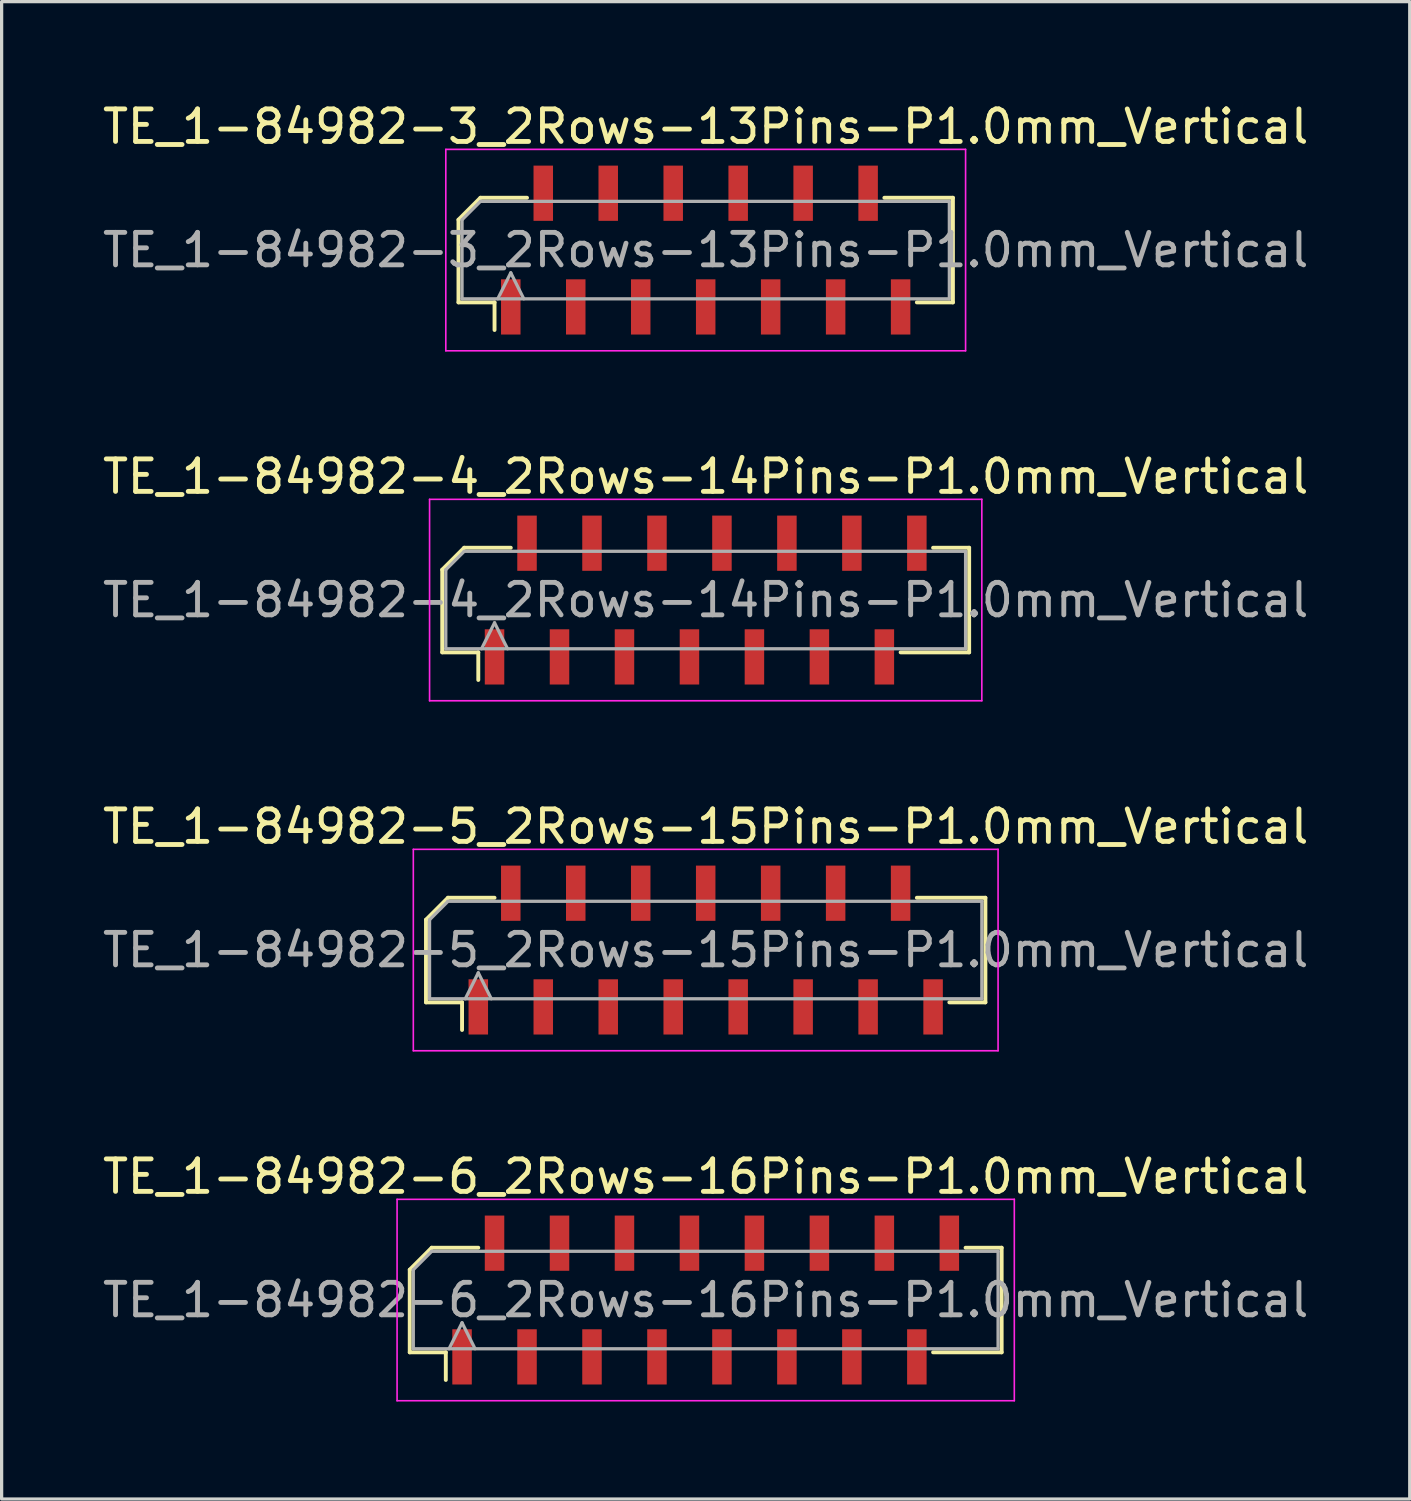
<source format=kicad_pcb>
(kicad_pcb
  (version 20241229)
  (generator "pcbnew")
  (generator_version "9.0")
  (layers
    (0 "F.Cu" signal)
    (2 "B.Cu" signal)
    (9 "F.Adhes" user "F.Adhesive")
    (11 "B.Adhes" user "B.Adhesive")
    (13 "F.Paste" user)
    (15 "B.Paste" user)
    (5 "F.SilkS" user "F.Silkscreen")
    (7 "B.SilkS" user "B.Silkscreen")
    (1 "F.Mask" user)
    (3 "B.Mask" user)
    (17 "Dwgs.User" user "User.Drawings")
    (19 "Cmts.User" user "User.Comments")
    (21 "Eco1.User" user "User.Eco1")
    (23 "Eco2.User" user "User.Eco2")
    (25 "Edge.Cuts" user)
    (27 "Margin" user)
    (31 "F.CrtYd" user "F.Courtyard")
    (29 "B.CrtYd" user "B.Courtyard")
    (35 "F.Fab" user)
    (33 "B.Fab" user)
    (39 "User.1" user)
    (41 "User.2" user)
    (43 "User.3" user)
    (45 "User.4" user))
  (footprint "TE_1-84982-5_2Rows-15Pins-P1.0mm_Vertical"
    (layer "F.Cu")
    (at 18.673 26.195)
    (property "Reference" "TE_1-84982-5_2Rows-15Pins-P1.0mm_Vertical" (at 0 -3.8 0) (layer "F.SilkS") (effects (font (size 1 1) (thickness 0.15))))
    (attr smd)
    (fp_line (start -8.61 -0.934) (end -8.61 1.61) (stroke (width 0.12) (type solid)) (layer "F.SilkS"))
    (fp_line (start -8.61 1.61) (end -7.5 1.61) (stroke (width 0.12) (type solid)) (layer "F.SilkS"))
    (fp_line (start -7.934 -1.61) (end -8.61 -0.934) (stroke (width 0.12) (type solid)) (layer "F.SilkS"))
    (fp_line (start -7.5 1.61) (end -7.5 2.46) (stroke (width 0.12) (type solid)) (layer "F.SilkS"))
    (fp_line (start -6.5 -1.61) (end -7.934 -1.61) (stroke (width 0.12) (type solid)) (layer "F.SilkS"))
    (fp_line (start 7.5 1.61) (end 8.61 1.61) (stroke (width 0.12) (type solid)) (layer "F.SilkS"))
    (fp_line (start 8.61 -1.61) (end 6.5 -1.61) (stroke (width 0.12) (type solid)) (layer "F.SilkS"))
    (fp_line (start 8.61 1.61) (end 8.61 -1.61) (stroke (width 0.12) (type solid)) (layer "F.SilkS"))
    (fp_line (start -9 -3.1) (end 9 -3.1) (stroke (width 0.05) (type solid)) (layer "F.CrtYd"))
    (fp_line (start -9 3.1) (end -9 -3.1) (stroke (width 0.05) (type solid)) (layer "F.CrtYd"))
    (fp_line (start 9 -3.1) (end 9 3.1) (stroke (width 0.05) (type solid)) (layer "F.CrtYd"))
    (fp_line (start 9 3.1) (end -9 3.1) (stroke (width 0.05) (type solid)) (layer "F.CrtYd"))
    (fp_line (start -8.5 -0.934) (end -8.5 1.5) (stroke (width 0.1) (type solid)) (layer "F.Fab"))
    (fp_line (start -8.5 1.5) (end 8.5 1.5) (stroke (width 0.1) (type solid)) (layer "F.Fab"))
    (fp_line (start -7.934 -1.5) (end -8.5 -0.934) (stroke (width 0.1) (type solid)) (layer "F.Fab"))
    (fp_line (start -7.4 1.5) (end -7 0.7) (stroke (width 0.1) (type solid)) (layer "F.Fab"))
    (fp_line (start -7 0.7) (end -6.6 1.5) (stroke (width 0.1) (type solid)) (layer "F.Fab"))
    (fp_line (start 8.5 -1.5) (end -7.934 -1.5) (stroke (width 0.1) (type solid)) (layer "F.Fab"))
    (fp_line (start 8.5 1.5) (end 8.5 -1.5) (stroke (width 0.1) (type solid)) (layer "F.Fab"))
    (fp_text user "${REFERENCE}" (at 0 0 0) (layer "F.Fab") (effects (font (size 1 1) (thickness 0.15))))
    (pad "1" smd rect (at -7 1.75) (size 0.6 1.7) (layers "F.Cu" "F.Mask" "F.Paste"))
    (pad "2" smd rect (at -6 -1.75) (size 0.6 1.7) (layers "F.Cu" "F.Mask" "F.Paste"))
    (pad "3" smd rect (at -5 1.75) (size 0.6 1.7) (layers "F.Cu" "F.Mask" "F.Paste"))
    (pad "4" smd rect (at -4 -1.75) (size 0.6 1.7) (layers "F.Cu" "F.Mask" "F.Paste"))
    (pad "5" smd rect (at -3 1.75) (size 0.6 1.7) (layers "F.Cu" "F.Mask" "F.Paste"))
    (pad "6" smd rect (at -2 -1.75) (size 0.6 1.7) (layers "F.Cu" "F.Mask" "F.Paste"))
    (pad "7" smd rect (at -1 1.75) (size 0.6 1.7) (layers "F.Cu" "F.Mask" "F.Paste"))
    (pad "8" smd rect (at 0 -1.75) (size 0.6 1.7) (layers "F.Cu" "F.Mask" "F.Paste"))
    (pad "9" smd rect (at 1 1.75) (size 0.6 1.7) (layers "F.Cu" "F.Mask" "F.Paste"))
    (pad "10" smd rect (at 2 -1.75) (size 0.6 1.7) (layers "F.Cu" "F.Mask" "F.Paste"))
    (pad "11" smd rect (at 3 1.75) (size 0.6 1.7) (layers "F.Cu" "F.Mask" "F.Paste"))
    (pad "12" smd rect (at 4 -1.75) (size 0.6 1.7) (layers "F.Cu" "F.Mask" "F.Paste"))
    (pad "13" smd rect (at 5 1.75) (size 0.6 1.7) (layers "F.Cu" "F.Mask" "F.Paste"))
    (pad "14" smd rect (at 6 -1.75) (size 0.6 1.7) (layers "F.Cu" "F.Mask" "F.Paste"))
    (pad "15" smd rect (at 7 1.75) (size 0.6 1.7) (layers "F.Cu" "F.Mask" "F.Paste")))
  (footprint "TE_1-84982-6_2Rows-16Pins-P1.0mm_Vertical"
    (layer "F.Cu")
    (at 18.673 36.968)
    (property "Reference" "TE_1-84982-6_2Rows-16Pins-P1.0mm_Vertical" (at 0 -3.8 0) (layer "F.SilkS") (effects (font (size 1 1) (thickness 0.15))))
    (attr smd)
    (fp_line (start -9.11 -0.934) (end -9.11 1.61) (stroke (width 0.12) (type solid)) (layer "F.SilkS"))
    (fp_line (start -9.11 1.61) (end -8 1.61) (stroke (width 0.12) (type solid)) (layer "F.SilkS"))
    (fp_line (start -8.434 -1.61) (end -9.11 -0.934) (stroke (width 0.12) (type solid)) (layer "F.SilkS"))
    (fp_line (start -8 1.61) (end -8 2.46) (stroke (width 0.12) (type solid)) (layer "F.SilkS"))
    (fp_line (start -7 -1.61) (end -8.434 -1.61) (stroke (width 0.12) (type solid)) (layer "F.SilkS"))
    (fp_line (start 7 1.61) (end 9.11 1.61) (stroke (width 0.12) (type solid)) (layer "F.SilkS"))
    (fp_line (start 9.11 -1.61) (end 8 -1.61) (stroke (width 0.12) (type solid)) (layer "F.SilkS"))
    (fp_line (start 9.11 1.61) (end 9.11 -1.61) (stroke (width 0.12) (type solid)) (layer "F.SilkS"))
    (fp_line (start -9.5 -3.1) (end 9.5 -3.1) (stroke (width 0.05) (type solid)) (layer "F.CrtYd"))
    (fp_line (start -9.5 3.1) (end -9.5 -3.1) (stroke (width 0.05) (type solid)) (layer "F.CrtYd"))
    (fp_line (start 9.5 -3.1) (end 9.5 3.1) (stroke (width 0.05) (type solid)) (layer "F.CrtYd"))
    (fp_line (start 9.5 3.1) (end -9.5 3.1) (stroke (width 0.05) (type solid)) (layer "F.CrtYd"))
    (fp_line (start -9 -0.934) (end -9 1.5) (stroke (width 0.1) (type solid)) (layer "F.Fab"))
    (fp_line (start -9 1.5) (end 9 1.5) (stroke (width 0.1) (type solid)) (layer "F.Fab"))
    (fp_line (start -8.434 -1.5) (end -9 -0.934) (stroke (width 0.1) (type solid)) (layer "F.Fab"))
    (fp_line (start -7.9 1.5) (end -7.5 0.7) (stroke (width 0.1) (type solid)) (layer "F.Fab"))
    (fp_line (start -7.5 0.7) (end -7.1 1.5) (stroke (width 0.1) (type solid)) (layer "F.Fab"))
    (fp_line (start 9 -1.5) (end -8.434 -1.5) (stroke (width 0.1) (type solid)) (layer "F.Fab"))
    (fp_line (start 9 1.5) (end 9 -1.5) (stroke (width 0.1) (type solid)) (layer "F.Fab"))
    (fp_text user "${REFERENCE}" (at 0 0 0) (layer "F.Fab") (effects (font (size 1 1) (thickness 0.15))))
    (pad "1" smd rect (at -7.5 1.75) (size 0.6 1.7) (layers "F.Cu" "F.Mask" "F.Paste"))
    (pad "2" smd rect (at -6.5 -1.75) (size 0.6 1.7) (layers "F.Cu" "F.Mask" "F.Paste"))
    (pad "3" smd rect (at -5.5 1.75) (size 0.6 1.7) (layers "F.Cu" "F.Mask" "F.Paste"))
    (pad "4" smd rect (at -4.5 -1.75) (size 0.6 1.7) (layers "F.Cu" "F.Mask" "F.Paste"))
    (pad "5" smd rect (at -3.5 1.75) (size 0.6 1.7) (layers "F.Cu" "F.Mask" "F.Paste"))
    (pad "6" smd rect (at -2.5 -1.75) (size 0.6 1.7) (layers "F.Cu" "F.Mask" "F.Paste"))
    (pad "7" smd rect (at -1.5 1.75) (size 0.6 1.7) (layers "F.Cu" "F.Mask" "F.Paste"))
    (pad "8" smd rect (at -0.5 -1.75) (size 0.6 1.7) (layers "F.Cu" "F.Mask" "F.Paste"))
    (pad "9" smd rect (at 0.5 1.75) (size 0.6 1.7) (layers "F.Cu" "F.Mask" "F.Paste"))
    (pad "10" smd rect (at 1.5 -1.75) (size 0.6 1.7) (layers "F.Cu" "F.Mask" "F.Paste"))
    (pad "11" smd rect (at 2.5 1.75) (size 0.6 1.7) (layers "F.Cu" "F.Mask" "F.Paste"))
    (pad "12" smd rect (at 3.5 -1.75) (size 0.6 1.7) (layers "F.Cu" "F.Mask" "F.Paste"))
    (pad "13" smd rect (at 4.5 1.75) (size 0.6 1.7) (layers "F.Cu" "F.Mask" "F.Paste"))
    (pad "14" smd rect (at 5.5 -1.75) (size 0.6 1.7) (layers "F.Cu" "F.Mask" "F.Paste"))
    (pad "15" smd rect (at 6.5 1.75) (size 0.6 1.7) (layers "F.Cu" "F.Mask" "F.Paste"))
    (pad "16" smd rect (at 7.5 -1.75) (size 0.6 1.7) (layers "F.Cu" "F.Mask" "F.Paste")))
  (footprint "TE_1-84982-4_2Rows-14Pins-P1.0mm_Vertical"
    (layer "F.Cu")
    (at 18.673 15.421)
    (property "Reference" "TE_1-84982-4_2Rows-14Pins-P1.0mm_Vertical" (at 0 -3.8 0) (layer "F.SilkS") (effects (font (size 1 1) (thickness 0.15))))
    (attr smd)
    (fp_line (start -8.11 -0.934) (end -8.11 1.61) (stroke (width 0.12) (type solid)) (layer "F.SilkS"))
    (fp_line (start -8.11 1.61) (end -7 1.61) (stroke (width 0.12) (type solid)) (layer "F.SilkS"))
    (fp_line (start -7.434 -1.61) (end -8.11 -0.934) (stroke (width 0.12) (type solid)) (layer "F.SilkS"))
    (fp_line (start -7 1.61) (end -7 2.46) (stroke (width 0.12) (type solid)) (layer "F.SilkS"))
    (fp_line (start -6 -1.61) (end -7.434 -1.61) (stroke (width 0.12) (type solid)) (layer "F.SilkS"))
    (fp_line (start 6 1.61) (end 8.11 1.61) (stroke (width 0.12) (type solid)) (layer "F.SilkS"))
    (fp_line (start 8.11 -1.61) (end 7 -1.61) (stroke (width 0.12) (type solid)) (layer "F.SilkS"))
    (fp_line (start 8.11 1.61) (end 8.11 -1.61) (stroke (width 0.12) (type solid)) (layer "F.SilkS"))
    (fp_line (start -8.5 -3.1) (end 8.5 -3.1) (stroke (width 0.05) (type solid)) (layer "F.CrtYd"))
    (fp_line (start -8.5 3.1) (end -8.5 -3.1) (stroke (width 0.05) (type solid)) (layer "F.CrtYd"))
    (fp_line (start 8.5 -3.1) (end 8.5 3.1) (stroke (width 0.05) (type solid)) (layer "F.CrtYd"))
    (fp_line (start 8.5 3.1) (end -8.5 3.1) (stroke (width 0.05) (type solid)) (layer "F.CrtYd"))
    (fp_line (start -8 -0.934) (end -8 1.5) (stroke (width 0.1) (type solid)) (layer "F.Fab"))
    (fp_line (start -8 1.5) (end 8 1.5) (stroke (width 0.1) (type solid)) (layer "F.Fab"))
    (fp_line (start -7.434 -1.5) (end -8 -0.934) (stroke (width 0.1) (type solid)) (layer "F.Fab"))
    (fp_line (start -6.9 1.5) (end -6.5 0.7) (stroke (width 0.1) (type solid)) (layer "F.Fab"))
    (fp_line (start -6.5 0.7) (end -6.1 1.5) (stroke (width 0.1) (type solid)) (layer "F.Fab"))
    (fp_line (start 8 -1.5) (end -7.434 -1.5) (stroke (width 0.1) (type solid)) (layer "F.Fab"))
    (fp_line (start 8 1.5) (end 8 -1.5) (stroke (width 0.1) (type solid)) (layer "F.Fab"))
    (fp_text user "${REFERENCE}" (at 0 0 0) (layer "F.Fab") (effects (font (size 1 1) (thickness 0.15))))
    (pad "1" smd rect (at -6.5 1.75) (size 0.6 1.7) (layers "F.Cu" "F.Mask" "F.Paste"))
    (pad "2" smd rect (at -5.5 -1.75) (size 0.6 1.7) (layers "F.Cu" "F.Mask" "F.Paste"))
    (pad "3" smd rect (at -4.5 1.75) (size 0.6 1.7) (layers "F.Cu" "F.Mask" "F.Paste"))
    (pad "4" smd rect (at -3.5 -1.75) (size 0.6 1.7) (layers "F.Cu" "F.Mask" "F.Paste"))
    (pad "5" smd rect (at -2.5 1.75) (size 0.6 1.7) (layers "F.Cu" "F.Mask" "F.Paste"))
    (pad "6" smd rect (at -1.5 -1.75) (size 0.6 1.7) (layers "F.Cu" "F.Mask" "F.Paste"))
    (pad "7" smd rect (at -0.5 1.75) (size 0.6 1.7) (layers "F.Cu" "F.Mask" "F.Paste"))
    (pad "8" smd rect (at 0.5 -1.75) (size 0.6 1.7) (layers "F.Cu" "F.Mask" "F.Paste"))
    (pad "9" smd rect (at 1.5 1.75) (size 0.6 1.7) (layers "F.Cu" "F.Mask" "F.Paste"))
    (pad "10" smd rect (at 2.5 -1.75) (size 0.6 1.7) (layers "F.Cu" "F.Mask" "F.Paste"))
    (pad "11" smd rect (at 3.5 1.75) (size 0.6 1.7) (layers "F.Cu" "F.Mask" "F.Paste"))
    (pad "12" smd rect (at 4.5 -1.75) (size 0.6 1.7) (layers "F.Cu" "F.Mask" "F.Paste"))
    (pad "13" smd rect (at 5.5 1.75) (size 0.6 1.7) (layers "F.Cu" "F.Mask" "F.Paste"))
    (pad "14" smd rect (at 6.5 -1.75) (size 0.6 1.7) (layers "F.Cu" "F.Mask" "F.Paste")))
  (footprint "TE_1-84982-3_2Rows-13Pins-P1.0mm_Vertical"
    (layer "F.Cu")
    (at 18.673 4.648)
    (property "Reference" "TE_1-84982-3_2Rows-13Pins-P1.0mm_Vertical" (at 0 -3.8 0) (layer "F.SilkS") (effects (font (size 1 1) (thickness 0.15))))
    (attr smd)
    (fp_line (start -7.61 -0.934) (end -7.61 1.61) (stroke (width 0.12) (type solid)) (layer "F.SilkS"))
    (fp_line (start -7.61 1.61) (end -6.5 1.61) (stroke (width 0.12) (type solid)) (layer "F.SilkS"))
    (fp_line (start -6.934 -1.61) (end -7.61 -0.934) (stroke (width 0.12) (type solid)) (layer "F.SilkS"))
    (fp_line (start -6.5 1.61) (end -6.5 2.46) (stroke (width 0.12) (type solid)) (layer "F.SilkS"))
    (fp_line (start -5.5 -1.61) (end -6.934 -1.61) (stroke (width 0.12) (type solid)) (layer "F.SilkS"))
    (fp_line (start 6.5 1.61) (end 7.61 1.61) (stroke (width 0.12) (type solid)) (layer "F.SilkS"))
    (fp_line (start 7.61 -1.61) (end 5.5 -1.61) (stroke (width 0.12) (type solid)) (layer "F.SilkS"))
    (fp_line (start 7.61 1.61) (end 7.61 -1.61) (stroke (width 0.12) (type solid)) (layer "F.SilkS"))
    (fp_line (start -8 -3.1) (end 8 -3.1) (stroke (width 0.05) (type solid)) (layer "F.CrtYd"))
    (fp_line (start -8 3.1) (end -8 -3.1) (stroke (width 0.05) (type solid)) (layer "F.CrtYd"))
    (fp_line (start 8 -3.1) (end 8 3.1) (stroke (width 0.05) (type solid)) (layer "F.CrtYd"))
    (fp_line (start 8 3.1) (end -8 3.1) (stroke (width 0.05) (type solid)) (layer "F.CrtYd"))
    (fp_line (start -7.5 -0.934) (end -7.5 1.5) (stroke (width 0.1) (type solid)) (layer "F.Fab"))
    (fp_line (start -7.5 1.5) (end 7.5 1.5) (stroke (width 0.1) (type solid)) (layer "F.Fab"))
    (fp_line (start -6.934 -1.5) (end -7.5 -0.934) (stroke (width 0.1) (type solid)) (layer "F.Fab"))
    (fp_line (start -6.4 1.5) (end -6 0.7) (stroke (width 0.1) (type solid)) (layer "F.Fab"))
    (fp_line (start -6 0.7) (end -5.6 1.5) (stroke (width 0.1) (type solid)) (layer "F.Fab"))
    (fp_line (start 7.5 -1.5) (end -6.934 -1.5) (stroke (width 0.1) (type solid)) (layer "F.Fab"))
    (fp_line (start 7.5 1.5) (end 7.5 -1.5) (stroke (width 0.1) (type solid)) (layer "F.Fab"))
    (fp_text user "${REFERENCE}" (at 0 0 0) (layer "F.Fab") (effects (font (size 1 1) (thickness 0.15))))
    (pad "1" smd rect (at -6 1.75) (size 0.6 1.7) (layers "F.Cu" "F.Mask" "F.Paste"))
    (pad "2" smd rect (at -5 -1.75) (size 0.6 1.7) (layers "F.Cu" "F.Mask" "F.Paste"))
    (pad "3" smd rect (at -4 1.75) (size 0.6 1.7) (layers "F.Cu" "F.Mask" "F.Paste"))
    (pad "4" smd rect (at -3 -1.75) (size 0.6 1.7) (layers "F.Cu" "F.Mask" "F.Paste"))
    (pad "5" smd rect (at -2 1.75) (size 0.6 1.7) (layers "F.Cu" "F.Mask" "F.Paste"))
    (pad "6" smd rect (at -1 -1.75) (size 0.6 1.7) (layers "F.Cu" "F.Mask" "F.Paste"))
    (pad "7" smd rect (at 0 1.75) (size 0.6 1.7) (layers "F.Cu" "F.Mask" "F.Paste"))
    (pad "8" smd rect (at 1 -1.75) (size 0.6 1.7) (layers "F.Cu" "F.Mask" "F.Paste"))
    (pad "9" smd rect (at 2 1.75) (size 0.6 1.7) (layers "F.Cu" "F.Mask" "F.Paste"))
    (pad "10" smd rect (at 3 -1.75) (size 0.6 1.7) (layers "F.Cu" "F.Mask" "F.Paste"))
    (pad "11" smd rect (at 4 1.75) (size 0.6 1.7) (layers "F.Cu" "F.Mask" "F.Paste"))
    (pad "12" smd rect (at 5 -1.75) (size 0.6 1.7) (layers "F.Cu" "F.Mask" "F.Paste"))
    (pad "13" smd rect (at 6 1.75) (size 0.6 1.7) (layers "F.Cu" "F.Mask" "F.Paste")))
  (gr_rect
    (start -3 -3)
    (end 40.345 43.093)
    (stroke (width 0.1) (type default))
    (fill no)
    (layer "Edge.Cuts")))
</source>
